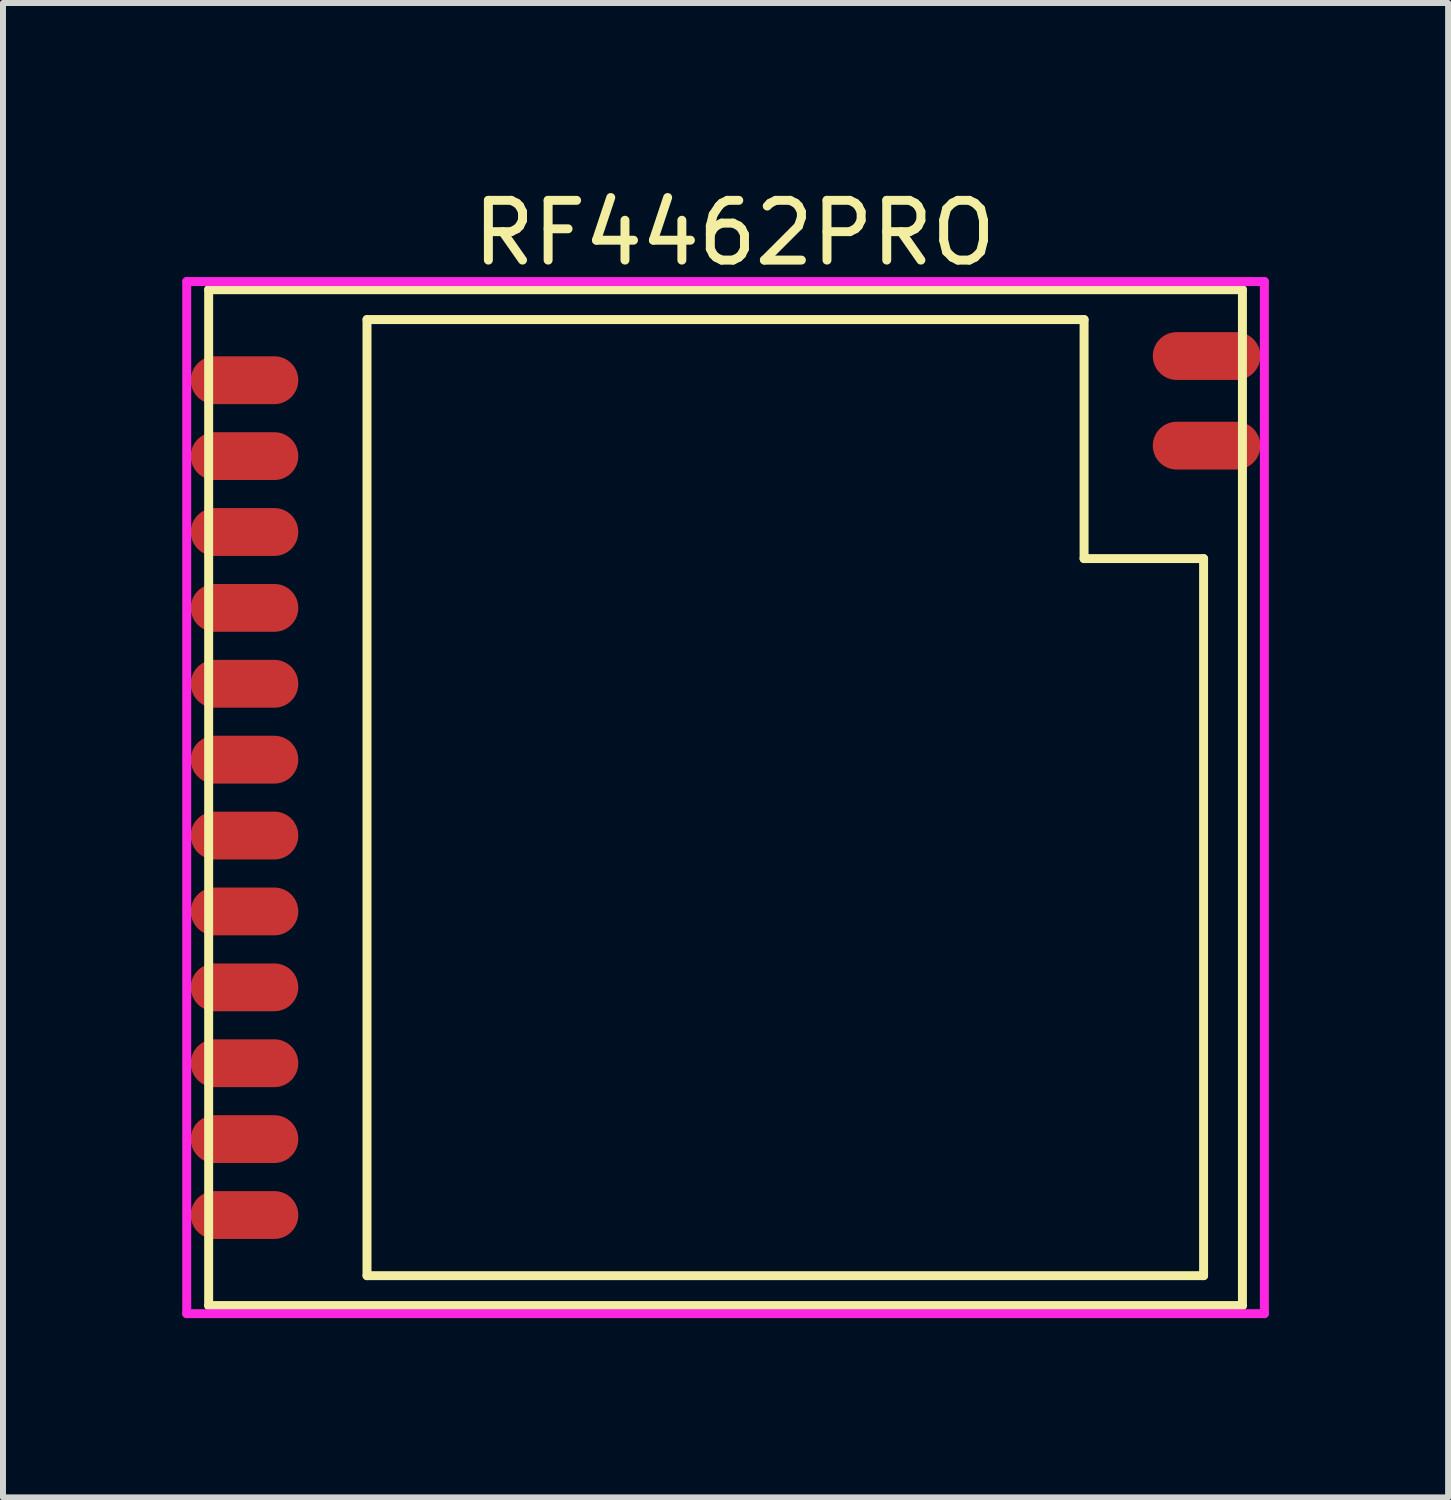
<source format=kicad_pcb>
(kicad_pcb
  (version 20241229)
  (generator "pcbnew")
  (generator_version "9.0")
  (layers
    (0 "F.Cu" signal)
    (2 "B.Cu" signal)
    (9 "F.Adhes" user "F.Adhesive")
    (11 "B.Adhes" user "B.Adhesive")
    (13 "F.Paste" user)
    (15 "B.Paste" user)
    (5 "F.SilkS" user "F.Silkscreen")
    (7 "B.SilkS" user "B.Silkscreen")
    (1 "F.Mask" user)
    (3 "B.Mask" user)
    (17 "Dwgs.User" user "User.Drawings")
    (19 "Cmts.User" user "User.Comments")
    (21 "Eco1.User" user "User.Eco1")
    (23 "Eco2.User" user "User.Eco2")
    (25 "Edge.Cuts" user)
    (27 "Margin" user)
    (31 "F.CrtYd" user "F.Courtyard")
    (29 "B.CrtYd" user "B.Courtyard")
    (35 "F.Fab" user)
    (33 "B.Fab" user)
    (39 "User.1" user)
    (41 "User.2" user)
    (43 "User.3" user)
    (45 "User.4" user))
  (footprint "RF4462PRO"
    (layer "F.Cu")
    (at 9.092 10.298)
    (property "Reference" "RF4462PRO" (at 0.15 -9.45 0) (layer "F.SilkS") (effects (font (size 1 1) (thickness 0.15))))
    (attr smd)
    (fp_line (start -8.65 -8.5) (end 8.65 -8.5) (stroke (width 0.15) (type solid)) (layer "F.SilkS"))
    (fp_line (start -8.65 8.5) (end -8.65 -8.5) (stroke (width 0.15) (type solid)) (layer "F.SilkS"))
    (fp_line (start -6 -8) (end -6 8) (stroke (width 0.15) (type solid)) (layer "F.SilkS"))
    (fp_line (start -6 8) (end 8 8) (stroke (width 0.15) (type solid)) (layer "F.SilkS"))
    (fp_line (start 6 -8) (end -6 -8) (stroke (width 0.15) (type solid)) (layer "F.SilkS"))
    (fp_line (start 6 -4) (end 6 -8) (stroke (width 0.15) (type solid)) (layer "F.SilkS"))
    (fp_line (start 8 -4) (end 6 -4) (stroke (width 0.15) (type solid)) (layer "F.SilkS"))
    (fp_line (start 8 8) (end 8 -4) (stroke (width 0.15) (type solid)) (layer "F.SilkS"))
    (fp_line (start 8.65 -8.5) (end 8.65 8.5) (stroke (width 0.15) (type solid)) (layer "F.SilkS"))
    (fp_line (start 8.65 8.5) (end -8.65 8.5) (stroke (width 0.15) (type solid)) (layer "F.SilkS"))
    (fp_line (start -9.017 -8.636) (end 9.017 -8.636) (stroke (width 0.15) (type solid)) (layer "F.CrtYd"))
    (fp_line (start -9.017 8.636) (end -9.017 -8.636) (stroke (width 0.15) (type solid)) (layer "F.CrtYd"))
    (fp_line (start 9.017 -8.636) (end 9.017 8.636) (stroke (width 0.15) (type solid)) (layer "F.CrtYd"))
    (fp_line (start 9.017 8.636) (end -9.017 8.636) (stroke (width 0.15) (type solid)) (layer "F.CrtYd"))
    (pad "1" smd oval (at -8.05 -6.985) (size 1.8 0.8) (layers "F.Cu" "F.Mask" "F.Paste"))
    (pad "2" smd oval (at -8.05 -5.715) (size 1.8 0.8) (layers "F.Cu" "F.Mask" "F.Paste"))
    (pad "3" smd oval (at -8.05 -4.445) (size 1.8 0.8) (layers "F.Cu" "F.Mask" "F.Paste"))
    (pad "4" smd oval (at -8.05 -3.175) (size 1.8 0.8) (layers "F.Cu" "F.Mask" "F.Paste"))
    (pad "5" smd oval (at -8.05 -1.905) (size 1.8 0.8) (layers "F.Cu" "F.Mask" "F.Paste"))
    (pad "6" smd oval (at -8.05 -0.635) (size 1.8 0.8) (layers "F.Cu" "F.Mask" "F.Paste"))
    (pad "7" smd oval (at -8.05 0.635) (size 1.8 0.8) (layers "F.Cu" "F.Mask" "F.Paste"))
    (pad "8" smd oval (at -8.05 1.905) (size 1.8 0.8) (layers "F.Cu" "F.Mask" "F.Paste"))
    (pad "9" smd oval (at -8.05 3.175) (size 1.8 0.8) (layers "F.Cu" "F.Mask" "F.Paste"))
    (pad "10" smd oval (at -8.05 4.445) (size 1.8 0.8) (layers "F.Cu" "F.Mask" "F.Paste"))
    (pad "11" smd oval (at -8.05 5.715) (size 1.8 0.8) (layers "F.Cu" "F.Mask" "F.Paste"))
    (pad "12" smd oval (at -8.05 6.985) (size 1.8 0.8) (layers "F.Cu" "F.Mask" "F.Paste"))
    (pad "13" smd oval (at 8.05 -7.39) (size 1.8 0.8) (layers "F.Cu" "F.Mask" "F.Paste"))
    (pad "14" smd oval (at 8.05 -5.89) (size 1.8 0.8) (layers "F.Cu" "F.Mask" "F.Paste")))
  (gr_rect
    (start -3 -3)
    (end 21.184 22.009)
    (stroke (width 0.1) (type default))
    (fill no)
    (layer "Edge.Cuts")))
</source>
